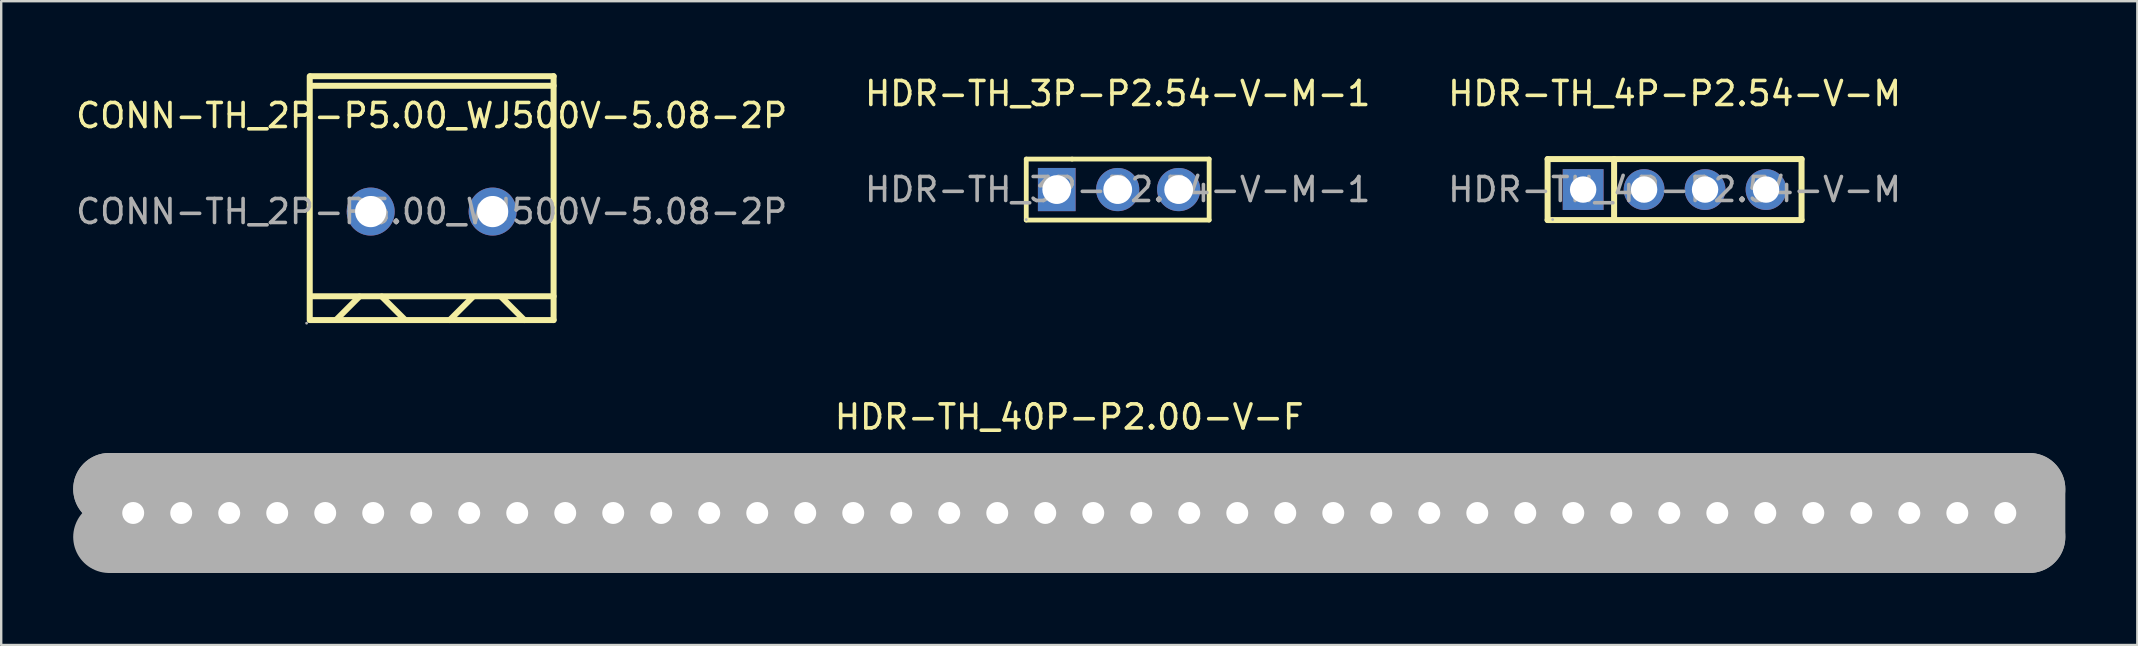
<source format=kicad_pcb>
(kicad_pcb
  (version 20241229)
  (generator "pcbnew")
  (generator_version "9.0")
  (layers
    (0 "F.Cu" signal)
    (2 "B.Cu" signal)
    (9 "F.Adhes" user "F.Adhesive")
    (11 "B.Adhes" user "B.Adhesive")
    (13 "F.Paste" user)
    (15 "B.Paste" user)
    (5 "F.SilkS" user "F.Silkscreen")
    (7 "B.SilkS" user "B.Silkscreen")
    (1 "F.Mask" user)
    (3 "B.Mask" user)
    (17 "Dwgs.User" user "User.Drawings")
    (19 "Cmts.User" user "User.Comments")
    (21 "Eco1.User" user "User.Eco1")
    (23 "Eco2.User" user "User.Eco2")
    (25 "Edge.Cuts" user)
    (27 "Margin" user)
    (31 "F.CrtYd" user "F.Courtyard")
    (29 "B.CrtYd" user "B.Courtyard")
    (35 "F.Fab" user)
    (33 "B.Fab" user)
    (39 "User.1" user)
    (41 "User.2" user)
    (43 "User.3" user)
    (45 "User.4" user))
  (footprint "CONN-TH_2P-P5.00_WJ500V-5.08-2P"
    (layer "F.Cu")
    (at 14.935 5.765)
    (property "Reference" "CONN-TH_2P-P5.00_WJ500V-5.08-2P" (at 0 -4 0) (layer "F.SilkS") (effects (font (size 1 1) (thickness 0.15))))
    (attr through_hole)
    (fp_line (start -5.08 4.52) (end -5.08 -5.64) (stroke (width 0.25) (type solid)) (layer "F.SilkS"))
    (fp_line (start -3.01 3.54) (end -3.97 4.5) (stroke (width 0.25) (type solid)) (layer "F.SilkS"))
    (fp_line (start -2.08 3.54) (end -1.12 4.5) (stroke (width 0.25) (type solid)) (layer "F.SilkS"))
    (fp_line (start 1.71 3.56) (end 0.75 4.52) (stroke (width 0.25) (type solid)) (layer "F.SilkS"))
    (fp_line (start 2.9 3.56) (end 3.86 4.52) (stroke (width 0.25) (type solid)) (layer "F.SilkS"))
    (fp_line (start 5.08 -5.64) (end -5.05 -5.64) (stroke (width 0.25) (type solid)) (layer "F.SilkS"))
    (fp_line (start 5.08 -5.24) (end -5.07 -5.24) (stroke (width 0.25) (type solid)) (layer "F.SilkS"))
    (fp_line (start 5.08 3.53) (end -5.04 3.53) (stroke (width 0.25) (type solid)) (layer "F.SilkS"))
    (fp_line (start 5.08 4.52) (end -5.05 4.52) (stroke (width 0.25) (type solid)) (layer "F.SilkS"))
    (fp_line (start 5.08 4.52) (end 5.08 -5.64) (stroke (width 0.25) (type solid)) (layer "F.SilkS"))
    (fp_circle (center -5.21 4.65) (end -5.18 4.65) (stroke (width 0.06) (type solid)) (fill no) (layer "F.Fab"))
    (fp_circle (center -2.54 0) (end -2.26 0) (stroke (width 0.55) (type solid)) (fill no) (layer "F.Fab"))
    (fp_circle (center 2.54 0) (end 2.82 0) (stroke (width 0.55) (type solid)) (fill no) (layer "F.Fab"))
    (fp_text user "${REFERENCE}" (at 0 0 0) (layer "F.Fab") (effects (font (size 1 1) (thickness 0.15))))
    (pad "1" thru_hole circle (at -2.54 0 180) (size 2 2) (drill 1.3) (layers "*.Cu" "*.Paste" "*.Mask"))
    (pad "2" thru_hole circle (at 2.54 0 180) (size 2 2) (drill 1.3) (layers "*.Cu" "*.Paste" "*.Mask")))
  (footprint "HDR-TH_4P-P2.54-V-M"
    (layer "F.Cu")
    (at 66.72 4.848)
    (property "Reference" "HDR-TH_4P-P2.54-V-M" (at 0 -4 0) (layer "F.SilkS") (effects (font (size 1 1) (thickness 0.15))))
    (attr through_hole)
    (fp_line (start -5.29 -1.27) (end -5.29 1.27) (stroke (width 0.25) (type solid)) (layer "F.SilkS"))
    (fp_line (start -5.29 -1.27) (end 5.29 -1.27) (stroke (width 0.25) (type solid)) (layer "F.SilkS"))
    (fp_line (start -5.29 1.27) (end 5.29 1.27) (stroke (width 0.25) (type solid)) (layer "F.SilkS"))
    (fp_line (start -2.52 -1.27) (end -2.52 1.27) (stroke (width 0.25) (type solid)) (layer "F.SilkS"))
    (fp_line (start 5.29 -1.27) (end 5.29 1.27) (stroke (width 0.25) (type solid)) (layer "F.SilkS"))
    (fp_circle (center -5.08 1.25) (end -5.05 1.25) (stroke (width 0.06) (type solid)) (fill no) (layer "F.Fab"))
    (fp_text user "${REFERENCE}" (at 0 0 0) (layer "F.Fab") (effects (font (size 1 1) (thickness 0.15))))
    (pad "1" thru_hole rect (at -3.81 0) (size 1.7 1.7) (drill 1.1) (layers "*.Cu" "*.Paste" "*.Mask"))
    (pad "2" thru_hole circle (at -1.27 0) (size 1.7 1.7) (drill 1.1) (layers "*.Cu" "*.Paste" "*.Mask"))
    (pad "3" thru_hole circle (at 1.27 0) (size 1.7 1.7) (drill 1.1) (layers "*.Cu" "*.Paste" "*.Mask"))
    (pad "4" thru_hole circle (at 3.81 0) (size 1.7 1.7) (drill 1.1) (layers "*.Cu" "*.Paste" "*.Mask")))
  (footprint "HDR-TH_3P-P2.54-V-M-1"
    (layer "F.Cu")
    (at 43.518 4.848)
    (property "Reference" "HDR-TH_3P-P2.54-V-M-1" (at 0 -4 0) (layer "F.SilkS") (effects (font (size 1 1) (thickness 0.15))))
    (attr through_hole)
    (fp_line (start -3.81 -1.27) (end -3.81 1.27) (stroke (width 0.2) (type solid)) (layer "F.SilkS"))
    (fp_line (start -3.81 1.27) (end 3.81 1.27) (stroke (width 0.2) (type solid)) (layer "F.SilkS"))
    (fp_line (start -1.9 -1.27) (end -3.81 -1.27) (stroke (width 0.2) (type solid)) (layer "F.SilkS"))
    (fp_line (start 3.81 -1.27) (end -1.9 -1.27) (stroke (width 0.2) (type solid)) (layer "F.SilkS"))
    (fp_line (start 3.81 1.27) (end 3.81 -1.27) (stroke (width 0.2) (type solid)) (layer "F.SilkS"))
    (fp_circle (center -3.81 1.25) (end -3.78 1.25) (stroke (width 0.06) (type solid)) (fill no) (layer "F.Fab"))
    (fp_text user "${REFERENCE}" (at 0 0 0) (layer "F.Fab") (effects (font (size 1 1) (thickness 0.15))))
    (pad "1" thru_hole rect (at -2.54 0) (size 1.57 1.8) (drill 1.2) (layers "*.Cu" "*.Paste" "*.Mask"))
    (pad "2" thru_hole circle (at 0 0) (size 1.8 1.8) (drill 1.2) (layers "*.Cu" "*.Paste" "*.Mask"))
    (pad "3" thru_hole circle (at 2.54 0) (size 1.8 1.8) (drill 1.2) (layers "*.Cu" "*.Paste" "*.Mask")))
  (footprint "HDR-TH_40P-P2.00-V-F"
    (layer "F.Cu")
    (at 41.5 18.323)
    (property "Reference" "HDR-TH_40P-P2.00-V-F" (at 0 -4 0) (layer "F.SilkS") (effects (font (size 1 1) (thickness 0.15))))
    (attr through_hole)
    (fp_line (start -37.98 -1.01) (end -37.98 -0.18) (stroke (width 0.25) (type solid)) (layer "F.SilkS"))
    (fp_line (start -37.98 0.19) (end -37.98 0.89) (stroke (width 0.25) (type solid)) (layer "F.SilkS"))
    (fp_line (start -40 -1) (end -40 -1) (stroke (width 3) (type solid)) (layer "F.Fab"))
    (fp_line (start -40 -1) (end 40 -1) (stroke (width 3) (type solid)) (layer "F.Fab"))
    (fp_line (start 40 -1) (end 40 1) (stroke (width 3) (type solid)) (layer "F.Fab"))
    (fp_line (start 40 1) (end -40 1) (stroke (width 3) (type solid)) (layer "F.Fab"))
    (fp_circle (center -40.13 1.13) (end -40.1 1.13) (stroke (width 0.06) (type solid)) (fill no) (layer "F.Fab"))
    (fp_circle (center -39 0) (end -38.82 0) (stroke (width 0.36) (type solid)) (fill no) (layer "F.Fab"))
    (fp_circle (center -37 0) (end -36.82 0) (stroke (width 0.36) (type solid)) (fill no) (layer "F.Fab"))
    (fp_circle (center -35 0) (end -34.82 0) (stroke (width 0.36) (type solid)) (fill no) (layer "F.Fab"))
    (fp_circle (center -33 0) (end -32.82 0) (stroke (width 0.36) (type solid)) (fill no) (layer "F.Fab"))
    (fp_circle (center -31 0) (end -30.82 0) (stroke (width 0.36) (type solid)) (fill no) (layer "F.Fab"))
    (fp_circle (center -29 0) (end -28.82 0) (stroke (width 0.36) (type solid)) (fill no) (layer "F.Fab"))
    (fp_circle (center -27 0) (end -26.82 0) (stroke (width 0.36) (type solid)) (fill no) (layer "F.Fab"))
    (fp_circle (center -25 0) (end -24.82 0) (stroke (width 0.36) (type solid)) (fill no) (layer "F.Fab"))
    (fp_circle (center -23 0) (end -22.82 0) (stroke (width 0.36) (type solid)) (fill no) (layer "F.Fab"))
    (fp_circle (center -21 0) (end -20.82 0) (stroke (width 0.36) (type solid)) (fill no) (layer "F.Fab"))
    (fp_circle (center -19 0) (end -18.82 0) (stroke (width 0.36) (type solid)) (fill no) (layer "F.Fab"))
    (fp_circle (center -17 0) (end -16.82 0) (stroke (width 0.36) (type solid)) (fill no) (layer "F.Fab"))
    (fp_circle (center -15 0) (end -14.82 0) (stroke (width 0.36) (type solid)) (fill no) (layer "F.Fab"))
    (fp_circle (center -13 0) (end -12.82 0) (stroke (width 0.36) (type solid)) (fill no) (layer "F.Fab"))
    (fp_circle (center -11 0) (end -10.82 0) (stroke (width 0.36) (type solid)) (fill no) (layer "F.Fab"))
    (fp_circle (center -9 0) (end -8.82 0) (stroke (width 0.36) (type solid)) (fill no) (layer "F.Fab"))
    (fp_circle (center -7 0) (end -6.82 0) (stroke (width 0.36) (type solid)) (fill no) (layer "F.Fab"))
    (fp_circle (center -5 0) (end -4.82 0) (stroke (width 0.36) (type solid)) (fill no) (layer "F.Fab"))
    (fp_circle (center -3 0) (end -2.82 0) (stroke (width 0.36) (type solid)) (fill no) (layer "F.Fab"))
    (fp_circle (center -1 0) (end -0.82 0) (stroke (width 0.36) (type solid)) (fill no) (layer "F.Fab"))
    (fp_circle (center 1 0) (end 1.18 0) (stroke (width 0.36) (type solid)) (fill no) (layer "F.Fab"))
    (fp_circle (center 3 0) (end 3.18 0) (stroke (width 0.36) (type solid)) (fill no) (layer "F.Fab"))
    (fp_circle (center 5 0) (end 5.18 0) (stroke (width 0.36) (type solid)) (fill no) (layer "F.Fab"))
    (fp_circle (center 7 0) (end 7.18 0) (stroke (width 0.36) (type solid)) (fill no) (layer "F.Fab"))
    (fp_circle (center 9 0) (end 9.18 0) (stroke (width 0.36) (type solid)) (fill no) (layer "F.Fab"))
    (fp_circle (center 11 0) (end 11.18 0) (stroke (width 0.36) (type solid)) (fill no) (layer "F.Fab"))
    (fp_circle (center 13 0) (end 13.18 0) (stroke (width 0.36) (type solid)) (fill no) (layer "F.Fab"))
    (fp_circle (center 15 0) (end 15.18 0) (stroke (width 0.36) (type solid)) (fill no) (layer "F.Fab"))
    (fp_circle (center 17 0) (end 17.18 0) (stroke (width 0.36) (type solid)) (fill no) (layer "F.Fab"))
    (fp_circle (center 19 0) (end 19.18 0) (stroke (width 0.36) (type solid)) (fill no) (layer "F.Fab"))
    (fp_circle (center 21 0) (end 21.18 0) (stroke (width 0.36) (type solid)) (fill no) (layer "F.Fab"))
    (fp_circle (center 23 0) (end 23.18 0) (stroke (width 0.36) (type solid)) (fill no) (layer "F.Fab"))
    (fp_circle (center 25 0) (end 25.18 0) (stroke (width 0.36) (type solid)) (fill no) (layer "F.Fab"))
    (fp_circle (center 27 0) (end 27.18 0) (stroke (width 0.36) (type solid)) (fill no) (layer "F.Fab"))
    (fp_circle (center 29 0) (end 29.18 0) (stroke (width 0.36) (type solid)) (fill no) (layer "F.Fab"))
    (fp_circle (center 31 0) (end 31.18 0) (stroke (width 0.36) (type solid)) (fill no) (layer "F.Fab"))
    (fp_circle (center 33 0) (end 33.18 0) (stroke (width 0.36) (type solid)) (fill no) (layer "F.Fab"))
    (fp_circle (center 35 0) (end 35.18 0) (stroke (width 0.36) (type solid)) (fill no) (layer "F.Fab"))
    (fp_circle (center 37 0) (end 37.18 0) (stroke (width 0.36) (type solid)) (fill no) (layer "F.Fab"))
    (fp_circle (center 39 0) (end 39.18 0) (stroke (width 0.36) (type solid)) (fill no) (layer "F.Fab"))
    (fp_text user "${REFERENCE}" (at 0 0 0) (layer "F.Fab") (effects (font (size 1 1) (thickness 0.15))))
    (pad "1" thru_hole rect (at -39 0) (size 1.52 1.52) (drill 0.914) (layers "*.Cu" "*.Paste" "*.Mask"))
    (pad "2" thru_hole circle (at -37 0) (size 1.52 1.52) (drill 0.914) (layers "*.Cu" "*.Paste" "*.Mask"))
    (pad "3" thru_hole circle (at -35 0) (size 1.52 1.52) (drill 0.914) (layers "*.Cu" "*.Paste" "*.Mask"))
    (pad "4" thru_hole circle (at -33 0) (size 1.52 1.52) (drill 0.914) (layers "*.Cu" "*.Paste" "*.Mask"))
    (pad "5" thru_hole circle (at -31 0) (size 1.52 1.52) (drill 0.914) (layers "*.Cu" "*.Paste" "*.Mask"))
    (pad "6" thru_hole circle (at -29 0) (size 1.52 1.52) (drill 0.914) (layers "*.Cu" "*.Paste" "*.Mask"))
    (pad "7" thru_hole circle (at -27 0) (size 1.52 1.52) (drill 0.914) (layers "*.Cu" "*.Paste" "*.Mask"))
    (pad "8" thru_hole circle (at -25 0) (size 1.52 1.52) (drill 0.914) (layers "*.Cu" "*.Paste" "*.Mask"))
    (pad "9" thru_hole circle (at -23 0) (size 1.52 1.52) (drill 0.914) (layers "*.Cu" "*.Paste" "*.Mask"))
    (pad "10" thru_hole circle (at -21 0) (size 1.52 1.52) (drill 0.914) (layers "*.Cu" "*.Paste" "*.Mask"))
    (pad "11" thru_hole circle (at -19 0) (size 1.52 1.52) (drill 0.914) (layers "*.Cu" "*.Paste" "*.Mask"))
    (pad "12" thru_hole circle (at -17 0) (size 1.52 1.52) (drill 0.914) (layers "*.Cu" "*.Paste" "*.Mask"))
    (pad "13" thru_hole circle (at -15 0) (size 1.52 1.52) (drill 0.914) (layers "*.Cu" "*.Paste" "*.Mask"))
    (pad "14" thru_hole circle (at -13 0) (size 1.52 1.52) (drill 0.914) (layers "*.Cu" "*.Paste" "*.Mask"))
    (pad "15" thru_hole circle (at -11 0) (size 1.52 1.52) (drill 0.914) (layers "*.Cu" "*.Paste" "*.Mask"))
    (pad "16" thru_hole circle (at -9 0) (size 1.52 1.52) (drill 0.914) (layers "*.Cu" "*.Paste" "*.Mask"))
    (pad "17" thru_hole circle (at -7 0) (size 1.52 1.52) (drill 0.914) (layers "*.Cu" "*.Paste" "*.Mask"))
    (pad "18" thru_hole circle (at -5 0) (size 1.52 1.52) (drill 0.914) (layers "*.Cu" "*.Paste" "*.Mask"))
    (pad "19" thru_hole circle (at -3 0) (size 1.52 1.52) (drill 0.914) (layers "*.Cu" "*.Paste" "*.Mask"))
    (pad "20" thru_hole circle (at -1 0) (size 1.52 1.52) (drill 0.914) (layers "*.Cu" "*.Paste" "*.Mask"))
    (pad "21" thru_hole circle (at 1 0) (size 1.52 1.52) (drill 0.914) (layers "*.Cu" "*.Paste" "*.Mask"))
    (pad "22" thru_hole circle (at 3 0) (size 1.52 1.52) (drill 0.914) (layers "*.Cu" "*.Paste" "*.Mask"))
    (pad "23" thru_hole circle (at 5 0) (size 1.52 1.52) (drill 0.914) (layers "*.Cu" "*.Paste" "*.Mask"))
    (pad "24" thru_hole circle (at 7 0) (size 1.52 1.52) (drill 0.914) (layers "*.Cu" "*.Paste" "*.Mask"))
    (pad "25" thru_hole circle (at 9 0) (size 1.52 1.52) (drill 0.914) (layers "*.Cu" "*.Paste" "*.Mask"))
    (pad "26" thru_hole circle (at 11 0) (size 1.52 1.52) (drill 0.914) (layers "*.Cu" "*.Paste" "*.Mask"))
    (pad "27" thru_hole circle (at 13 0) (size 1.52 1.52) (drill 0.914) (layers "*.Cu" "*.Paste" "*.Mask"))
    (pad "28" thru_hole circle (at 15 0) (size 1.52 1.52) (drill 0.914) (layers "*.Cu" "*.Paste" "*.Mask"))
    (pad "29" thru_hole circle (at 17 0) (size 1.52 1.52) (drill 0.914) (layers "*.Cu" "*.Paste" "*.Mask"))
    (pad "30" thru_hole circle (at 19 0) (size 1.52 1.52) (drill 0.914) (layers "*.Cu" "*.Paste" "*.Mask"))
    (pad "31" thru_hole circle (at 21 0) (size 1.52 1.52) (drill 0.914) (layers "*.Cu" "*.Paste" "*.Mask"))
    (pad "32" thru_hole circle (at 23 0) (size 1.52 1.52) (drill 0.914) (layers "*.Cu" "*.Paste" "*.Mask"))
    (pad "33" thru_hole circle (at 25 0) (size 1.52 1.52) (drill 0.914) (layers "*.Cu" "*.Paste" "*.Mask"))
    (pad "34" thru_hole circle (at 27 0) (size 1.52 1.52) (drill 0.914) (layers "*.Cu" "*.Paste" "*.Mask"))
    (pad "35" thru_hole circle (at 29 0) (size 1.52 1.52) (drill 0.914) (layers "*.Cu" "*.Paste" "*.Mask"))
    (pad "36" thru_hole circle (at 31 0) (size 1.52 1.52) (drill 0.914) (layers "*.Cu" "*.Paste" "*.Mask"))
    (pad "37" thru_hole circle (at 33 0) (size 1.52 1.52) (drill 0.914) (layers "*.Cu" "*.Paste" "*.Mask"))
    (pad "38" thru_hole circle (at 35 0) (size 1.52 1.52) (drill 0.914) (layers "*.Cu" "*.Paste" "*.Mask"))
    (pad "39" thru_hole circle (at 37 0) (size 1.52 1.52) (drill 0.914) (layers "*.Cu" "*.Paste" "*.Mask"))
    (pad "40" thru_hole circle (at 39 0) (size 1.52 1.52) (drill 0.914) (layers "*.Cu" "*.Paste" "*.Mask")))
  (gr_rect
    (start -3 -3)
    (end 86 23.823)
    (stroke (width 0.1) (type default))
    (fill no)
    (layer "Edge.Cuts")))
</source>
